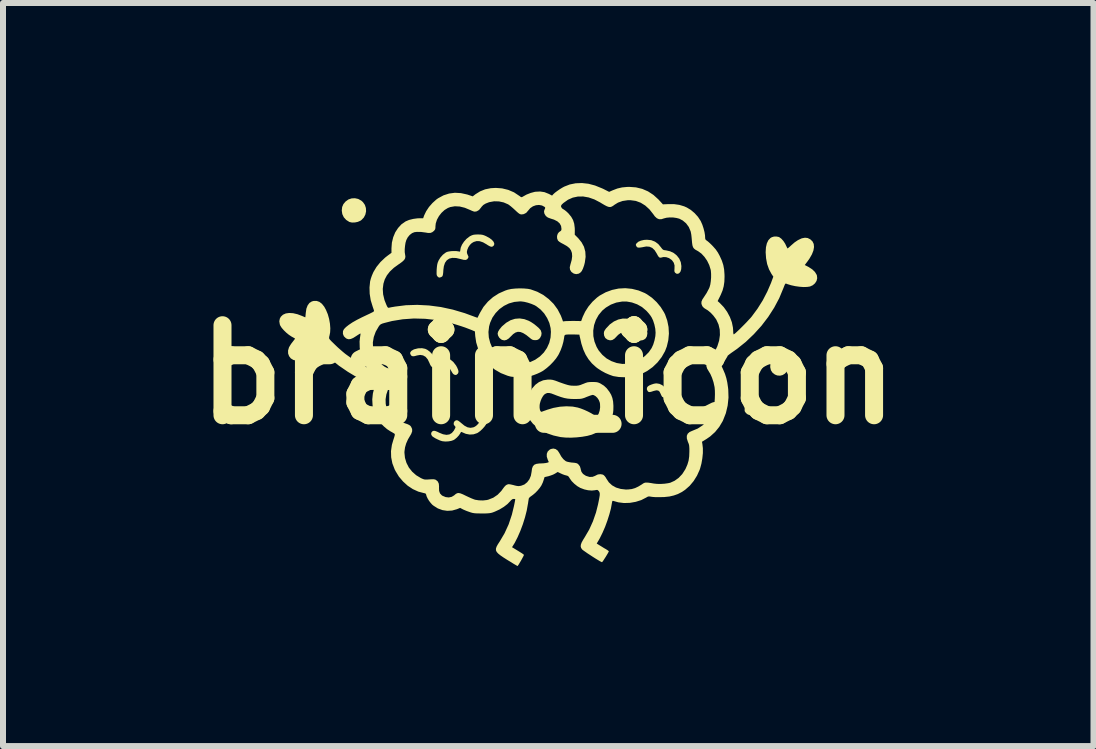
<source format=kicad_pcb>
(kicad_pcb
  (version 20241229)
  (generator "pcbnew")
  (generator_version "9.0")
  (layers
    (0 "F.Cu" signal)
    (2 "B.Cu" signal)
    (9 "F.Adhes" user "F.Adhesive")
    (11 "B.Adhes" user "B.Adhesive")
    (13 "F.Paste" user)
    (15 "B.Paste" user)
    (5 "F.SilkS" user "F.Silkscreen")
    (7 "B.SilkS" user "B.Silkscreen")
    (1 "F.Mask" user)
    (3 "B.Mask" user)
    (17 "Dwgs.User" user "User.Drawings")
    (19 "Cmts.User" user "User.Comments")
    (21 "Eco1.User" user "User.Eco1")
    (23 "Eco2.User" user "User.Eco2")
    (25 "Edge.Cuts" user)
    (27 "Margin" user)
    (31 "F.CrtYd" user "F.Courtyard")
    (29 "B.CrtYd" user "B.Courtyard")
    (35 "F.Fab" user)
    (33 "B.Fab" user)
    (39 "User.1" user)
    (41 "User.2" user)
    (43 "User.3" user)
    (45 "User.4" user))
  (footprint "brain_icon"
    (layer "F.Cu")
    (at 6.086 3.191)
    (property "Reference" "brain_icon" (at 0 0 0) (layer "F.SilkS") (effects (font (size 1.5 1.5) (thickness 0.3))))
    (attr board_only exclude_from_pos_files exclude_from_bom)
    (fp_poly (pts (xy 3.875 -0.29) (xy 3.92 -0.273) (xy 3.951 -0.249) (xy 3.983 -0.209) (xy 3.999 -0.166) (xy 4.001 -0.122) (xy 3.99 -0.081) (xy 3.97 -0.043) (xy 3.94 -0.013) (xy 3.903 0.009) (xy 3.861 0.019) (xy 3.814 0.015) (xy 3.776 -0.000246) (xy 3.736 -0.031) (xy 3.71 -0.071) (xy 3.698 -0.123) (xy 3.698 -0.128) (xy 3.702 -0.179) (xy 3.72 -0.223) (xy 3.75 -0.257) (xy 3.787 -0.281) (xy 3.83 -0.292)) (stroke (width 0) (type solid)) (fill yes) (layer "F.SilkS"))
    (fp_poly (pts (xy 3.396 0.492) (xy 3.415 0.507) (xy 3.426 0.517) (xy 3.446 0.539) (xy 3.455 0.556) (xy 3.456 0.576) (xy 3.454 0.588) (xy 3.447 0.617) (xy 3.435 0.64) (xy 3.432 0.643) (xy 3.404 0.661) (xy 3.368 0.671) (xy 3.341 0.671) (xy 3.316 0.66) (xy 3.292 0.639) (xy 3.275 0.614) (xy 3.272 0.603) (xy 3.272 0.569) (xy 3.283 0.535) (xy 3.3 0.51) (xy 3.321 0.498) (xy 3.349 0.49) (xy 3.355 0.489) (xy 3.379 0.487)) (stroke (width 0) (type solid)) (fill yes) (layer "F.SilkS"))
    (fp_poly (pts (xy -3.167 -2.926) (xy -3.116 -2.898) (xy -3.088 -2.873) (xy -3.056 -2.827) (xy -3.039 -2.775) (xy -3.036 -2.72) (xy -3.048 -2.666) (xy -3.073 -2.617) (xy -3.112 -2.576) (xy -3.13 -2.563) (xy -3.174 -2.544) (xy -3.223 -2.534) (xy -3.272 -2.533) (xy -3.313 -2.542) (xy -3.315 -2.543) (xy -3.367 -2.576) (xy -3.407 -2.62) (xy -3.432 -2.673) (xy -3.441 -2.731) (xy -3.441 -2.733) (xy -3.435 -2.791) (xy -3.414 -2.84) (xy -3.378 -2.883) (xy -3.331 -2.917) (xy -3.278 -2.935) (xy -3.222 -2.938)) (stroke (width 0) (type solid)) (fill yes) (layer "F.SilkS"))
    (fp_poly (pts (xy -0.399 -0.923) (xy -0.329 -0.897) (xy -0.286 -0.874) (xy -0.241 -0.844) (xy -0.198 -0.81) (xy -0.16 -0.777) (xy -0.133 -0.747) (xy -0.123 -0.731) (xy -0.112 -0.691) (xy -0.117 -0.65) (xy -0.137 -0.611) (xy -0.146 -0.601) (xy -0.168 -0.583) (xy -0.19 -0.575) (xy -0.219 -0.573) (xy -0.246 -0.575) (xy -0.268 -0.582) (xy -0.292 -0.598) (xy -0.306 -0.61) (xy -0.366 -0.658) (xy -0.419 -0.691) (xy -0.465 -0.709) (xy -0.507 -0.712) (xy -0.546 -0.7) (xy -0.585 -0.674) (xy -0.618 -0.641) (xy -0.66 -0.6) (xy -0.697 -0.577) (xy -0.733 -0.569) (xy -0.768 -0.577) (xy -0.786 -0.586) (xy -0.816 -0.613) (xy -0.836 -0.647) (xy -0.844 -0.681) (xy -0.836 -0.714) (xy -0.812 -0.754) (xy -0.775 -0.799) (xy -0.77 -0.804) (xy -0.701 -0.863) (xy -0.629 -0.905) (xy -0.554 -0.929) (xy -0.477 -0.935)) (stroke (width 0) (type solid)) (fill yes) (layer "F.SilkS"))
    (fp_poly (pts (xy 1.32 -0.931) (xy 1.398 -0.913) (xy 1.475 -0.878) (xy 1.549 -0.827) (xy 1.603 -0.776) (xy 1.628 -0.748) (xy 1.642 -0.728) (xy 1.649 -0.71) (xy 1.651 -0.688) (xy 1.651 -0.683) (xy 1.643 -0.637) (xy 1.622 -0.602) (xy 1.595 -0.582) (xy 1.563 -0.57) (xy 1.534 -0.569) (xy 1.502 -0.58) (xy 1.466 -0.605) (xy 1.435 -0.631) (xy 1.397 -0.661) (xy 1.355 -0.687) (xy 1.315 -0.706) (xy 1.282 -0.715) (xy 1.275 -0.715) (xy 1.241 -0.708) (xy 1.203 -0.689) (xy 1.165 -0.662) (xy 1.14 -0.636) (xy 1.102 -0.597) (xy 1.066 -0.575) (xy 1.029 -0.57) (xy 0.99 -0.581) (xy 0.983 -0.584) (xy 0.95 -0.609) (xy 0.931 -0.647) (xy 0.926 -0.686) (xy 0.929 -0.713) (xy 0.941 -0.738) (xy 0.962 -0.768) (xy 1.025 -0.835) (xy 1.093 -0.884) (xy 1.166 -0.917) (xy 1.242 -0.933)) (stroke (width 0) (type solid)) (fill yes) (layer "F.SilkS"))
    (fp_poly (pts (xy 1.715 -2.239) (xy 1.777 -2.215) (xy 1.832 -2.175) (xy 1.875 -2.123) (xy 1.895 -2.097) (xy 1.91 -2.082) (xy 1.927 -2.074) (xy 1.953 -2.07) (xy 1.958 -2.07) (xy 2.029 -2.054) (xy 2.091 -2.025) (xy 2.142 -1.983) (xy 2.182 -1.932) (xy 2.208 -1.872) (xy 2.218 -1.807) (xy 2.215 -1.756) (xy 2.204 -1.718) (xy 2.185 -1.692) (xy 2.162 -1.679) (xy 2.137 -1.68) (xy 2.114 -1.696) (xy 2.104 -1.711) (xy 2.101 -1.732) (xy 2.103 -1.763) (xy 2.104 -1.818) (xy 2.091 -1.863) (xy 2.064 -1.901) (xy 2.056 -1.909) (xy 2.012 -1.94) (xy 1.964 -1.956) (xy 1.917 -1.958) (xy 1.898 -1.953) (xy 1.874 -1.947) (xy 1.855 -1.949) (xy 1.839 -1.962) (xy 1.822 -1.988) (xy 1.806 -2.018) (xy 1.772 -2.072) (xy 1.732 -2.11) (xy 1.686 -2.13) (xy 1.634 -2.134) (xy 1.6 -2.128) (xy 1.565 -2.121) (xy 1.53 -2.116) (xy 1.518 -2.115) (xy 1.492 -2.116) (xy 1.477 -2.125) (xy 1.468 -2.138) (xy 1.459 -2.157) (xy 1.461 -2.171) (xy 1.473 -2.189) (xy 1.501 -2.213) (xy 1.543 -2.231) (xy 1.595 -2.243) (xy 1.644 -2.246)) (stroke (width 0) (type solid)) (fill yes) (layer "F.SilkS"))
    (fp_poly (pts (xy -2.052 -0.429) (xy -2.016 -0.412) (xy -1.977 -0.383) (xy -1.941 -0.347) (xy -1.913 -0.309) (xy -1.907 -0.3) (xy -1.886 -0.26) (xy -1.853 -0.272) (xy -1.826 -0.278) (xy -1.79 -0.283) (xy -1.76 -0.284) (xy -1.694 -0.276) (xy -1.634 -0.251) (xy -1.582 -0.209) (xy -1.537 -0.151) (xy -1.518 -0.116) (xy -1.501 -0.075) (xy -1.496 -0.045) (xy -1.503 -0.021) (xy -1.513 -0.009) (xy -1.533 0.006) (xy -1.553 0.007) (xy -1.574 -0.002) (xy -1.589 -0.015) (xy -1.605 -0.039) (xy -1.614 -0.055) (xy -1.634 -0.089) (xy -1.66 -0.123) (xy -1.671 -0.135) (xy -1.692 -0.154) (xy -1.71 -0.165) (xy -1.731 -0.169) (xy -1.764 -0.17) (xy -1.764 -0.17) (xy -1.801 -0.168) (xy -1.828 -0.161) (xy -1.854 -0.148) (xy -1.86 -0.144) (xy -1.895 -0.125) (xy -1.923 -0.12) (xy -1.946 -0.131) (xy -1.965 -0.158) (xy -1.981 -0.195) (xy -2.009 -0.253) (xy -2.044 -0.295) (xy -2.086 -0.319) (xy -2.134 -0.327) (xy -2.187 -0.318) (xy -2.227 -0.307) (xy -2.254 -0.304) (xy -2.273 -0.309) (xy -2.286 -0.319) (xy -2.301 -0.346) (xy -2.299 -0.372) (xy -2.279 -0.396) (xy -2.243 -0.417) (xy -2.233 -0.421) (xy -2.169 -0.437) (xy -2.103 -0.439)) (stroke (width 0) (type solid)) (fill yes) (layer "F.SilkS"))
    (fp_poly (pts (xy 1.852 0.155) (xy 1.899 0.177) (xy 1.937 0.21) (xy 1.94 0.214) (xy 1.958 0.234) (xy 1.973 0.243) (xy 1.994 0.243) (xy 2.004 0.242) (xy 2.044 0.243) (xy 2.088 0.256) (xy 2.13 0.278) (xy 2.153 0.296) (xy 2.192 0.344) (xy 2.217 0.4) (xy 2.227 0.461) (xy 2.223 0.523) (xy 2.204 0.581) (xy 2.171 0.634) (xy 2.165 0.641) (xy 2.133 0.669) (xy 2.104 0.678) (xy 2.079 0.67) (xy 2.069 0.662) (xy 2.056 0.634) (xy 2.058 0.603) (xy 2.076 0.572) (xy 2.102 0.535) (xy 2.115 0.503) (xy 2.118 0.48) (xy 2.113 0.45) (xy 2.101 0.418) (xy 2.085 0.388) (xy 2.067 0.369) (xy 2.065 0.368) (xy 2.033 0.359) (xy 2 0.361) (xy 1.976 0.371) (xy 1.949 0.383) (xy 1.921 0.383) (xy 1.899 0.372) (xy 1.897 0.37) (xy 1.886 0.352) (xy 1.874 0.326) (xy 1.87 0.317) (xy 1.854 0.285) (xy 1.832 0.267) (xy 1.802 0.263) (xy 1.762 0.272) (xy 1.752 0.275) (xy 1.715 0.287) (xy 1.691 0.292) (xy 1.675 0.291) (xy 1.663 0.283) (xy 1.657 0.277) (xy 1.643 0.25) (xy 1.644 0.221) (xy 1.659 0.198) (xy 1.684 0.181) (xy 1.721 0.166) (xy 1.761 0.153) (xy 1.797 0.147) (xy 1.804 0.147)) (stroke (width 0) (type solid)) (fill yes) (layer "F.SilkS"))
    (fp_poly (pts (xy -1.038 0.722) (xy -1.017 0.74) (xy -1.009 0.764) (xy -1.009 0.764) (xy -1.016 0.793) (xy -1.035 0.829) (xy -1.063 0.868) (xy -1.097 0.906) (xy -1.134 0.941) (xy -1.171 0.968) (xy -1.185 0.976) (xy -1.245 0.996) (xy -1.309 1) (xy -1.373 0.988) (xy -1.402 0.976) (xy -1.429 0.964) (xy -1.447 0.957) (xy -1.453 0.956) (xy -1.459 0.965) (xy -1.467 0.98) (xy -1.49 1.014) (xy -1.523 1.05) (xy -1.559 1.08) (xy -1.581 1.093) (xy -1.619 1.106) (xy -1.667 1.114) (xy -1.718 1.116) (xy -1.764 1.111) (xy -1.772 1.109) (xy -1.804 1.099) (xy -1.842 1.082) (xy -1.881 1.063) (xy -1.913 1.043) (xy -1.935 1.027) (xy -1.935 1.027) (xy -1.95 1.001) (xy -1.951 0.973) (xy -1.936 0.95) (xy -1.92 0.94) (xy -1.902 0.937) (xy -1.878 0.942) (xy -1.843 0.956) (xy -1.818 0.969) (xy -1.754 0.995) (xy -1.697 1.005) (xy -1.648 0.998) (xy -1.607 0.974) (xy -1.573 0.934) (xy -1.564 0.917) (xy -1.551 0.892) (xy -1.546 0.877) (xy -1.549 0.867) (xy -1.559 0.857) (xy -1.575 0.833) (xy -1.576 0.806) (xy -1.564 0.781) (xy -1.543 0.765) (xy -1.522 0.761) (xy -1.503 0.768) (xy -1.476 0.787) (xy -1.452 0.807) (xy -1.397 0.852) (xy -1.346 0.879) (xy -1.297 0.888) (xy -1.249 0.88) (xy -1.23 0.872) (xy -1.206 0.857) (xy -1.184 0.838) (xy -1.16 0.811) (xy -1.131 0.772) (xy -1.121 0.758) (xy -1.101 0.732) (xy -1.084 0.719) (xy -1.066 0.715) (xy -1.065 0.715)) (stroke (width 0) (type solid)) (fill yes) (layer "F.SilkS"))
    (fp_poly (pts (xy -1.132 -2.333) (xy -1.1 -2.329) (xy -1.072 -2.321) (xy -1.039 -2.307) (xy -1.035 -2.305) (xy -0.98 -2.275) (xy -0.939 -2.244) (xy -0.912 -2.213) (xy -0.9 -2.184) (xy -0.903 -2.158) (xy -0.915 -2.143) (xy -0.932 -2.131) (xy -0.951 -2.129) (xy -0.974 -2.137) (xy -1.007 -2.155) (xy -1.026 -2.168) (xy -1.087 -2.203) (xy -1.143 -2.222) (xy -1.193 -2.224) (xy -1.241 -2.21) (xy -1.275 -2.19) (xy -1.305 -2.161) (xy -1.331 -2.123) (xy -1.349 -2.081) (xy -1.357 -2.043) (xy -1.357 -2.042) (xy -1.352 -2.015) (xy -1.341 -1.989) (xy -1.331 -1.968) (xy -1.331 -1.953) (xy -1.339 -1.937) (xy -1.354 -1.919) (xy -1.376 -1.91) (xy -1.408 -1.911) (xy -1.452 -1.922) (xy -1.463 -1.925) (xy -1.536 -1.942) (xy -1.599 -1.944) (xy -1.65 -1.932) (xy -1.691 -1.904) (xy -1.721 -1.862) (xy -1.74 -1.805) (xy -1.748 -1.745) (xy -1.751 -1.699) (xy -1.755 -1.668) (xy -1.76 -1.648) (xy -1.767 -1.635) (xy -1.778 -1.628) (xy -1.784 -1.625) (xy -1.808 -1.616) (xy -1.824 -1.617) (xy -1.841 -1.63) (xy -1.844 -1.633) (xy -1.853 -1.644) (xy -1.858 -1.656) (xy -1.861 -1.674) (xy -1.861 -1.703) (xy -1.86 -1.745) (xy -1.86 -1.746) (xy -1.856 -1.794) (xy -1.851 -1.831) (xy -1.843 -1.863) (xy -1.83 -1.895) (xy -1.83 -1.896) (xy -1.798 -1.949) (xy -1.757 -1.996) (xy -1.71 -2.032) (xy -1.689 -2.043) (xy -1.66 -2.05) (xy -1.619 -2.056) (xy -1.574 -2.058) (xy -1.531 -2.057) (xy -1.496 -2.052) (xy -1.492 -2.051) (xy -1.474 -2.048) (xy -1.468 -2.055) (xy -1.467 -2.067) (xy -1.459 -2.114) (xy -1.438 -2.164) (xy -1.405 -2.214) (xy -1.364 -2.26) (xy -1.317 -2.297) (xy -1.301 -2.307) (xy -1.274 -2.32) (xy -1.25 -2.328) (xy -1.223 -2.332) (xy -1.185 -2.334) (xy -1.174 -2.334)) (stroke (width 0) (type solid)) (fill yes) (layer "F.SilkS"))
    (fp_poly (pts (xy 0.073 0.089) (xy 0.111 0.1) (xy 0.115 0.101) (xy 0.186 0.128) (xy 0.243 0.148) (xy 0.288 0.163) (xy 0.325 0.174) (xy 0.356 0.181) (xy 0.385 0.185) (xy 0.413 0.186) (xy 0.431 0.187) (xy 0.473 0.186) (xy 0.505 0.182) (xy 0.536 0.174) (xy 0.573 0.159) (xy 0.582 0.156) (xy 0.621 0.14) (xy 0.652 0.13) (xy 0.682 0.126) (xy 0.72 0.124) (xy 0.738 0.124) (xy 0.781 0.125) (xy 0.812 0.128) (xy 0.837 0.135) (xy 0.863 0.146) (xy 0.868 0.149) (xy 0.925 0.184) (xy 0.972 0.227) (xy 1.015 0.283) (xy 1.017 0.285) (xy 1.048 0.338) (xy 1.068 0.391) (xy 1.08 0.449) (xy 1.085 0.518) (xy 1.085 0.541) (xy 1.084 0.593) (xy 1.08 0.634) (xy 1.073 0.667) (xy 1.065 0.692) (xy 1.025 0.775) (xy 0.97 0.848) (xy 0.901 0.911) (xy 0.817 0.963) (xy 0.724 1.002) (xy 0.65 1.022) (xy 0.564 1.037) (xy 0.471 1.047) (xy 0.377 1.052) (xy 0.286 1.05) (xy 0.205 1.042) (xy 0.2 1.041) (xy 0.088 1.016) (xy -0.015 0.981) (xy -0.108 0.935) (xy -0.189 0.88) (xy -0.257 0.818) (xy -0.283 0.785) (xy 0.087 0.785) (xy 0.147 0.801) (xy 0.19 0.811) (xy 0.238 0.821) (xy 0.266 0.825) (xy 0.305 0.828) (xy 0.355 0.829) (xy 0.41 0.828) (xy 0.464 0.825) (xy 0.51 0.821) (xy 0.534 0.817) (xy 0.564 0.81) (xy 0.513 0.791) (xy 0.432 0.767) (xy 0.351 0.755) (xy 0.262 0.754) (xy 0.258 0.755) (xy 0.214 0.758) (xy 0.172 0.764) (xy 0.138 0.77) (xy 0.128 0.773) (xy 0.087 0.785) (xy -0.283 0.785) (xy -0.311 0.749) (xy -0.333 0.707) (xy -0.349 0.671) (xy -0.358 0.637) (xy -0.363 0.598) (xy -0.365 0.565) (xy -0.365 0.546) (xy -0.145 0.546) (xy -0.141 0.58) (xy -0.132 0.606) (xy -0.12 0.62) (xy -0.111 0.62) (xy -0.096 0.615) (xy -0.069 0.605) (xy -0.034 0.593) (xy -0.022 0.588) (xy 0.085 0.556) (xy 0.194 0.536) (xy 0.303 0.529) (xy 0.407 0.534) (xy 0.491 0.55) (xy 0.542 0.566) (xy 0.601 0.589) (xy 0.66 0.616) (xy 0.714 0.644) (xy 0.757 0.671) (xy 0.766 0.677) (xy 0.788 0.692) (xy 0.804 0.7) (xy 0.809 0.7) (xy 0.817 0.69) (xy 0.83 0.669) (xy 0.84 0.65) (xy 0.856 0.602) (xy 0.864 0.546) (xy 0.862 0.488) (xy 0.857 0.463) (xy 0.842 0.425) (xy 0.818 0.389) (xy 0.789 0.361) (xy 0.758 0.343) (xy 0.738 0.339) (xy 0.724 0.343) (xy 0.697 0.351) (xy 0.663 0.364) (xy 0.639 0.373) (xy 0.603 0.388) (xy 0.575 0.397) (xy 0.549 0.403) (xy 0.52 0.406) (xy 0.483 0.407) (xy 0.44 0.408) (xy 0.377 0.406) (xy 0.321 0.401) (xy 0.267 0.391) (xy 0.209 0.374) (xy 0.144 0.351) (xy 0.098 0.333) (xy 0.05 0.315) (xy 0.014 0.307) (xy -0.015 0.307) (xy -0.041 0.317) (xy -0.064 0.331) (xy -0.086 0.356) (xy -0.108 0.393) (xy -0.127 0.437) (xy -0.14 0.483) (xy -0.144 0.508) (xy -0.145 0.546) (xy -0.365 0.546) (xy -0.365 0.497) (xy -0.358 0.436) (xy -0.341 0.376) (xy -0.313 0.309) (xy -0.311 0.305) (xy -0.268 0.23) (xy -0.215 0.17) (xy -0.154 0.125) (xy -0.085 0.096) (xy -0.009 0.084) (xy 0.036 0.084)) (stroke (width 0) (type solid)) (fill yes) (layer "F.SilkS"))
    (fp_poly (pts (xy 0.669 -3.179) (xy 0.779 -3.15) (xy 0.89 -3.105) (xy 0.913 -3.095) (xy 1.014 -3.044) (xy 1.073 -3.07) (xy 1.151 -3.1) (xy 1.229 -3.118) (xy 1.313 -3.126) (xy 1.349 -3.127) (xy 1.461 -3.119) (xy 1.565 -3.094) (xy 1.662 -3.052) (xy 1.752 -2.993) (xy 1.836 -2.917) (xy 1.856 -2.895) (xy 1.91 -2.836) (xy 2.007 -2.84) (xy 2.1 -2.839) (xy 2.184 -2.827) (xy 2.264 -2.803) (xy 2.309 -2.783) (xy 2.375 -2.743) (xy 2.438 -2.69) (xy 2.494 -2.628) (xy 2.538 -2.561) (xy 2.543 -2.551) (xy 2.567 -2.497) (xy 2.587 -2.436) (xy 2.603 -2.374) (xy 2.612 -2.318) (xy 2.613 -2.291) (xy 2.615 -2.263) (xy 2.622 -2.247) (xy 2.638 -2.233) (xy 2.645 -2.229) (xy 2.664 -2.214) (xy 2.692 -2.189) (xy 2.723 -2.159) (xy 2.746 -2.135) (xy 2.791 -2.084) (xy 2.826 -2.033) (xy 2.856 -1.978) (xy 2.892 -1.899) (xy 2.916 -1.826) (xy 2.93 -1.752) (xy 2.936 -1.671) (xy 2.937 -1.632) (xy 2.934 -1.546) (xy 2.923 -1.471) (xy 2.904 -1.401) (xy 2.874 -1.329) (xy 2.86 -1.3) (xy 2.822 -1.224) (xy 2.858 -1.192) (xy 2.924 -1.123) (xy 2.98 -1.045) (xy 3.026 -0.959) (xy 3.059 -0.871) (xy 3.077 -0.783) (xy 3.081 -0.728) (xy 3.082 -0.696) (xy 3.086 -0.675) (xy 3.09 -0.669) (xy 3.101 -0.676) (xy 3.122 -0.693) (xy 3.151 -0.72) (xy 3.186 -0.753) (xy 3.224 -0.791) (xy 3.264 -0.831) (xy 3.303 -0.871) (xy 3.338 -0.909) (xy 3.369 -0.942) (xy 3.39 -0.967) (xy 3.486 -1.097) (xy 3.574 -1.237) (xy 3.65 -1.384) (xy 3.713 -1.53) (xy 3.717 -1.542) (xy 3.75 -1.631) (xy 3.719 -1.677) (xy 3.678 -1.753) (xy 3.647 -1.841) (xy 3.629 -1.937) (xy 3.622 -2.039) (xy 3.622 -2.039) (xy 3.627 -2.12) (xy 3.642 -2.186) (xy 3.667 -2.238) (xy 3.702 -2.275) (xy 3.724 -2.288) (xy 3.76 -2.299) (xy 3.803 -2.3) (xy 3.842 -2.292) (xy 3.85 -2.288) (xy 3.884 -2.263) (xy 3.918 -2.225) (xy 3.948 -2.179) (xy 3.959 -2.155) (xy 3.972 -2.128) (xy 3.982 -2.108) (xy 3.986 -2.101) (xy 3.993 -2.105) (xy 4.01 -2.119) (xy 4.034 -2.14) (xy 4.041 -2.147) (xy 4.103 -2.201) (xy 4.159 -2.239) (xy 4.213 -2.265) (xy 4.225 -2.27) (xy 4.277 -2.28) (xy 4.322 -2.275) (xy 4.366 -2.253) (xy 4.402 -2.219) (xy 4.423 -2.176) (xy 4.428 -2.125) (xy 4.418 -2.067) (xy 4.393 -2.003) (xy 4.353 -1.933) (xy 4.32 -1.886) (xy 4.274 -1.825) (xy 4.338 -1.792) (xy 4.398 -1.753) (xy 4.443 -1.71) (xy 4.471 -1.664) (xy 4.476 -1.651) (xy 4.481 -1.605) (xy 4.47 -1.56) (xy 4.444 -1.52) (xy 4.407 -1.488) (xy 4.361 -1.467) (xy 4.313 -1.46) (xy 4.253 -1.458) (xy 4.186 -1.463) (xy 4.115 -1.473) (xy 4.046 -1.488) (xy 3.984 -1.507) (xy 3.961 -1.516) (xy 3.953 -1.515) (xy 3.944 -1.504) (xy 3.933 -1.479) (xy 3.918 -1.44) (xy 3.915 -1.433) (xy 3.848 -1.272) (xy 3.764 -1.114) (xy 3.665 -0.96) (xy 3.552 -0.812) (xy 3.426 -0.673) (xy 3.291 -0.544) (xy 3.146 -0.428) (xy 3.083 -0.384) (xy 3.047 -0.359) (xy 3.018 -0.337) (xy 2.998 -0.321) (xy 2.989 -0.313) (xy 2.989 -0.313) (xy 2.985 -0.302) (xy 2.972 -0.28) (xy 2.954 -0.25) (xy 2.938 -0.224) (xy 2.887 -0.143) (xy 2.914 -0.083) (xy 2.945 -0.01) (xy 2.967 0.06) (xy 2.983 0.133) (xy 2.995 0.216) (xy 2.999 0.251) (xy 3.003 0.385) (xy 2.989 0.517) (xy 2.959 0.644) (xy 2.911 0.766) (xy 2.905 0.778) (xy 2.849 0.872) (xy 2.779 0.958) (xy 2.697 1.032) (xy 2.636 1.074) (xy 2.561 1.12) (xy 2.568 1.158) (xy 2.576 1.228) (xy 2.576 1.309) (xy 2.567 1.396) (xy 2.552 1.483) (xy 2.53 1.565) (xy 2.522 1.588) (xy 2.478 1.685) (xy 2.422 1.775) (xy 2.356 1.854) (xy 2.281 1.92) (xy 2.228 1.956) (xy 2.16 1.991) (xy 2.092 2.015) (xy 2.019 2.032) (xy 1.935 2.041) (xy 1.898 2.042) (xy 1.843 2.043) (xy 1.791 2.043) (xy 1.747 2.04) (xy 1.721 2.037) (xy 1.69 2.032) (xy 1.669 2.032) (xy 1.651 2.038) (xy 1.633 2.049) (xy 1.549 2.092) (xy 1.457 2.121) (xy 1.36 2.138) (xy 1.261 2.141) (xy 1.166 2.129) (xy 1.081 2.105) (xy 1.071 2.105) (xy 1.065 2.116) (xy 1.06 2.142) (xy 1.044 2.231) (xy 1.018 2.329) (xy 0.985 2.433) (xy 0.947 2.537) (xy 0.904 2.636) (xy 0.859 2.727) (xy 0.841 2.759) (xy 0.807 2.816) (xy 0.855 2.846) (xy 0.891 2.868) (xy 0.931 2.893) (xy 0.956 2.907) (xy 0.983 2.924) (xy 1.002 2.938) (xy 1.009 2.945) (xy 1.004 2.957) (xy 0.992 2.979) (xy 0.975 3.008) (xy 0.955 3.041) (xy 0.934 3.073) (xy 0.916 3.101) (xy 0.902 3.12) (xy 0.895 3.127) (xy 0.883 3.122) (xy 0.858 3.109) (xy 0.825 3.089) (xy 0.784 3.064) (xy 0.74 3.036) (xy 0.696 3.007) (xy 0.653 2.979) (xy 0.616 2.953) (xy 0.586 2.932) (xy 0.567 2.917) (xy 0.563 2.913) (xy 0.547 2.889) (xy 0.54 2.863) (xy 0.543 2.834) (xy 0.556 2.798) (xy 0.581 2.753) (xy 0.606 2.713) (xy 0.682 2.583) (xy 0.744 2.446) (xy 0.795 2.299) (xy 0.829 2.164) (xy 0.842 2.1) (xy 0.851 2.051) (xy 0.857 2.014) (xy 0.858 1.987) (xy 0.855 1.968) (xy 0.849 1.953) (xy 0.841 1.942) (xy 0.828 1.928) (xy 0.815 1.922) (xy 0.796 1.924) (xy 0.776 1.928) (xy 0.724 1.933) (xy 0.663 1.928) (xy 0.6 1.914) (xy 0.539 1.891) (xy 0.537 1.891) (xy 0.484 1.86) (xy 0.434 1.82) (xy 0.39 1.776) (xy 0.358 1.731) (xy 0.357 1.729) (xy 0.341 1.703) (xy 0.324 1.689) (xy 0.302 1.682) (xy 0.302 1.682) (xy 0.275 1.675) (xy 0.241 1.663) (xy 0.212 1.65) (xy 0.156 1.624) (xy 0.112 1.651) (xy 0.079 1.668) (xy 0.038 1.683) (xy 0.003 1.694) (xy -0.062 1.709) (xy -0.078 1.76) (xy -0.091 1.798) (xy -0.109 1.836) (xy -0.117 1.852) (xy -0.143 1.89) (xy -0.178 1.932) (xy -0.217 1.972) (xy -0.256 2.005) (xy -0.282 2.024) (xy -0.307 2.042) (xy -0.322 2.06) (xy -0.325 2.066) (xy -0.328 2.085) (xy -0.333 2.115) (xy -0.338 2.152) (xy -0.34 2.159) (xy -0.359 2.266) (xy -0.388 2.38) (xy -0.424 2.495) (xy -0.466 2.607) (xy -0.512 2.712) (xy -0.56 2.806) (xy -0.583 2.843) (xy -0.604 2.877) (xy -0.507 2.936) (xy -0.47 2.959) (xy -0.438 2.979) (xy -0.416 2.995) (xy -0.406 3.004) (xy -0.406 3.004) (xy -0.409 3.015) (xy -0.42 3.037) (xy -0.436 3.067) (xy -0.454 3.1) (xy -0.474 3.133) (xy -0.491 3.162) (xy -0.505 3.182) (xy -0.513 3.191) (xy -0.514 3.191) (xy -0.522 3.186) (xy -0.544 3.173) (xy -0.577 3.154) (xy -0.618 3.128) (xy -0.666 3.099) (xy -0.681 3.09) (xy -0.747 3.048) (xy -0.799 3.012) (xy -0.836 2.982) (xy -0.86 2.955) (xy -0.872 2.928) (xy -0.872 2.899) (xy -0.861 2.867) (xy -0.841 2.83) (xy -0.811 2.784) (xy -0.81 2.783) (xy -0.728 2.644) (xy -0.66 2.495) (xy -0.607 2.336) (xy -0.573 2.196) (xy -0.564 2.153) (xy -0.557 2.117) (xy -0.552 2.09) (xy -0.55 2.078) (xy -0.55 2.078) (xy -0.558 2.074) (xy -0.577 2.072) (xy -0.598 2.077) (xy -0.619 2.093) (xy -0.633 2.109) (xy -0.68 2.158) (xy -0.741 2.205) (xy -0.812 2.248) (xy -0.89 2.284) (xy -0.926 2.298) (xy -0.951 2.305) (xy -0.979 2.31) (xy -1.013 2.313) (xy -1.058 2.315) (xy -1.11 2.315) (xy -1.164 2.314) (xy -1.205 2.313) (xy -1.237 2.31) (xy -1.265 2.305) (xy -1.293 2.297) (xy -1.316 2.289) (xy -1.356 2.275) (xy -1.395 2.259) (xy -1.426 2.245) (xy -1.429 2.243) (xy -1.469 2.222) (xy -1.523 2.244) (xy -1.602 2.266) (xy -1.683 2.271) (xy -1.763 2.259) (xy -1.84 2.231) (xy -1.91 2.187) (xy -1.934 2.168) (xy -1.96 2.139) (xy -1.987 2.104) (xy -2.01 2.066) (xy -2.027 2.03) (xy -2.035 2.002) (xy -2.036 1.998) (xy -2.042 1.985) (xy -2.062 1.977) (xy -2.07 1.976) (xy -2.165 1.951) (xy -2.257 1.909) (xy -2.342 1.853) (xy -2.42 1.782) (xy -2.489 1.701) (xy -2.545 1.609) (xy -2.559 1.582) (xy -2.598 1.48) (xy -2.618 1.379) (xy -2.621 1.276) (xy -2.606 1.172) (xy -2.582 1.09) (xy -2.568 1.047) (xy -2.56 1.019) (xy -2.557 1.001) (xy -2.559 0.99) (xy -2.563 0.986) (xy -2.577 0.977) (xy -2.602 0.962) (xy -2.633 0.945) (xy -2.634 0.944) (xy -2.686 0.91) (xy -2.74 0.864) (xy -2.792 0.811) (xy -2.836 0.756) (xy -2.87 0.705) (xy -2.872 0.699) (xy -2.908 0.609) (xy -2.928 0.513) (xy -2.933 0.414) (xy -2.923 0.317) (xy -2.908 0.257) (xy -2.899 0.227) (xy -2.893 0.206) (xy -2.891 0.198) (xy -2.891 0.198) (xy -2.9 0.194) (xy -2.922 0.183) (xy -2.954 0.167) (xy -2.994 0.148) (xy -3.012 0.139) (xy -3.183 0.049) (xy -3.342 -0.047) (xy -3.489 -0.148) (xy -3.62 -0.253) (xy -3.723 -0.35) (xy -3.802 -0.429) (xy -3.856 -0.384) (xy -3.928 -0.33) (xy -3.999 -0.287) (xy -4.069 -0.255) (xy -4.134 -0.236) (xy -4.191 -0.231) (xy -4.198 -0.231) (xy -4.249 -0.244) (xy -4.29 -0.269) (xy -4.319 -0.306) (xy -4.335 -0.35) (xy -4.336 -0.4) (xy -4.321 -0.452) (xy -4.32 -0.454) (xy -4.305 -0.48) (xy -4.284 -0.513) (xy -4.26 -0.544) (xy -4.24 -0.57) (xy -4.225 -0.59) (xy -4.22 -0.599) (xy -4.22 -0.6) (xy -4.229 -0.605) (xy -4.249 -0.617) (xy -4.277 -0.632) (xy -4.278 -0.633) (xy -4.322 -0.662) (xy -4.366 -0.698) (xy -4.407 -0.738) (xy -4.442 -0.778) (xy -4.466 -0.816) (xy -4.474 -0.837) (xy -4.482 -0.888) (xy -4.473 -0.933) (xy -4.456 -0.964) (xy -4.421 -0.997) (xy -4.374 -1.018) (xy -4.317 -1.026) (xy -4.252 -1.022) (xy -4.179 -1.005) (xy -4.105 -0.977) (xy -4.077 -0.965) (xy -4.057 -0.956) (xy -4.049 -0.954) (xy -4.047 -0.962) (xy -4.045 -0.984) (xy -4.042 -1.017) (xy -4.041 -1.027) (xy -4.031 -1.097) (xy -4.01 -1.152) (xy -3.98 -1.193) (xy -3.94 -1.218) (xy -3.911 -1.226) (xy -3.86 -1.227) (xy -3.814 -1.211) (xy -3.772 -1.179) (xy -3.733 -1.13) (xy -3.704 -1.077) (xy -3.674 -1.005) (xy -3.652 -0.927) (xy -3.638 -0.848) (xy -3.632 -0.771) (xy -3.635 -0.703) (xy -3.644 -0.656) (xy -3.652 -0.623) (xy -3.651 -0.6) (xy -3.65 -0.597) (xy -3.638 -0.581) (xy -3.615 -0.556) (xy -3.583 -0.525) (xy -3.545 -0.488) (xy -3.505 -0.45) (xy -3.463 -0.413) (xy -3.424 -0.379) (xy -3.39 -0.351) (xy -3.376 -0.34) (xy -3.333 -0.309) (xy -3.282 -0.273) (xy -3.227 -0.237) (xy -3.172 -0.202) (xy -3.122 -0.171) (xy -3.081 -0.147) (xy -3.065 -0.139) (xy -3.027 -0.119) (xy -3.058 -0.172) (xy -3.098 -0.255) (xy -3.126 -0.349) (xy -3.142 -0.447) (xy -3.144 -0.535) (xy -2.923 -0.535) (xy -2.92 -0.445) (xy -2.898 -0.355) (xy -2.874 -0.295) (xy -2.845 -0.247) (xy -2.808 -0.202) (xy -2.767 -0.161) (xy -2.724 -0.129) (xy -2.683 -0.108) (xy -2.648 -0.101) (xy -2.619 -0.093) (xy -2.591 -0.072) (xy -2.568 -0.042) (xy -2.557 -0.018) (xy -2.553 -0.003) (xy -2.552 0.01) (xy -2.554 0.025) (xy -2.561 0.045) (xy -2.575 0.071) (xy -2.595 0.107) (xy -2.623 0.156) (xy -2.626 0.16) (xy -2.669 0.247) (xy -2.698 0.331) (xy -2.711 0.412) (xy -2.709 0.487) (xy -2.701 0.528) (xy -2.672 0.601) (xy -2.63 0.664) (xy -2.574 0.718) (xy -2.502 0.764) (xy -2.415 0.802) (xy -2.389 0.812) (xy -2.348 0.826) (xy -2.32 0.839) (xy -2.302 0.851) (xy -2.288 0.867) (xy -2.286 0.87) (xy -2.269 0.907) (xy -2.268 0.945) (xy -2.283 0.987) (xy -2.292 1.003) (xy -2.337 1.079) (xy -2.368 1.148) (xy -2.387 1.213) (xy -2.396 1.279) (xy -2.397 1.302) (xy -2.388 1.389) (xy -2.363 1.472) (xy -2.323 1.55) (xy -2.268 1.619) (xy -2.201 1.678) (xy -2.123 1.725) (xy -2.115 1.729) (xy -2.087 1.741) (xy -2.065 1.748) (xy -2.041 1.75) (xy -2.009 1.749) (xy -1.98 1.747) (xy -1.937 1.745) (xy -1.907 1.745) (xy -1.885 1.75) (xy -1.873 1.755) (xy -1.842 1.781) (xy -1.824 1.819) (xy -1.82 1.869) (xy -1.821 1.886) (xy -1.819 1.939) (xy -1.804 1.981) (xy -1.774 2.013) (xy -1.763 2.02) (xy -1.71 2.042) (xy -1.658 2.048) (xy -1.61 2.038) (xy -1.568 2.013) (xy -1.564 2.009) (xy -1.54 1.989) (xy -1.517 1.977) (xy -1.492 1.974) (xy -1.461 1.981) (xy -1.421 1.997) (xy -1.372 2.021) (xy -1.327 2.042) (xy -1.283 2.062) (xy -1.245 2.077) (xy -1.22 2.086) (xy -1.156 2.096) (xy -1.088 2.098) (xy -1.024 2.091) (xy -0.999 2.085) (xy -0.916 2.052) (xy -0.844 2.003) (xy -0.783 1.94) (xy -0.755 1.901) (xy -0.733 1.872) (xy -0.71 1.848) (xy -0.695 1.838) (xy -0.679 1.831) (xy -0.662 1.827) (xy -0.64 1.829) (xy -0.61 1.835) (xy -0.568 1.845) (xy -0.56 1.848) (xy -0.523 1.856) (xy -0.494 1.859) (xy -0.466 1.855) (xy -0.453 1.853) (xy -0.398 1.832) (xy -0.352 1.795) (xy -0.315 1.746) (xy -0.29 1.686) (xy -0.278 1.62) (xy -0.271 1.567) (xy -0.257 1.53) (xy -0.235 1.504) (xy -0.2 1.489) (xy -0.152 1.482) (xy -0.12 1.481) (xy -0.081 1.479) (xy -0.046 1.475) (xy -0.021 1.47) (xy -0.016 1.469) (xy 0.009 1.459) (xy -0.009 1.419) (xy -0.025 1.368) (xy -0.025 1.322) (xy -0.01 1.283) (xy 0.021 1.253) (xy 0.043 1.241) (xy 0.084 1.233) (xy 0.123 1.242) (xy 0.157 1.267) (xy 0.184 1.308) (xy 0.189 1.317) (xy 0.217 1.367) (xy 0.251 1.41) (xy 0.288 1.441) (xy 0.297 1.446) (xy 0.32 1.454) (xy 0.354 1.461) (xy 0.393 1.467) (xy 0.402 1.467) (xy 0.441 1.471) (xy 0.467 1.476) (xy 0.485 1.483) (xy 0.5 1.495) (xy 0.505 1.501) (xy 0.527 1.53) (xy 0.539 1.568) (xy 0.54 1.576) (xy 0.553 1.621) (xy 0.579 1.656) (xy 0.619 1.683) (xy 0.631 1.689) (xy 0.686 1.706) (xy 0.736 1.705) (xy 0.781 1.688) (xy 0.787 1.684) (xy 0.826 1.665) (xy 0.869 1.66) (xy 0.908 1.667) (xy 0.922 1.675) (xy 0.94 1.692) (xy 0.959 1.718) (xy 0.967 1.733) (xy 1.009 1.796) (xy 1.063 1.846) (xy 1.129 1.883) (xy 1.206 1.906) (xy 1.291 1.916) (xy 1.331 1.915) (xy 1.391 1.908) (xy 1.446 1.892) (xy 1.501 1.866) (xy 1.56 1.83) (xy 1.581 1.815) (xy 1.599 1.806) (xy 1.617 1.801) (xy 1.639 1.8) (xy 1.669 1.802) (xy 1.711 1.808) (xy 1.756 1.816) (xy 1.811 1.822) (xy 1.874 1.823) (xy 1.937 1.819) (xy 1.995 1.811) (xy 2.032 1.803) (xy 2.105 1.77) (xy 2.172 1.722) (xy 2.232 1.659) (xy 2.282 1.581) (xy 2.291 1.563) (xy 2.319 1.498) (xy 2.338 1.434) (xy 2.348 1.364) (xy 2.351 1.284) (xy 2.351 1.236) (xy 2.349 1.202) (xy 2.346 1.175) (xy 2.339 1.151) (xy 2.328 1.125) (xy 2.326 1.12) (xy 2.309 1.066) (xy 2.308 1.022) (xy 2.323 0.986) (xy 2.354 0.958) (xy 2.396 0.939) (xy 2.49 0.9) (xy 2.571 0.847) (xy 2.639 0.781) (xy 2.695 0.702) (xy 2.738 0.61) (xy 2.755 0.555) (xy 2.764 0.512) (xy 2.771 0.456) (xy 2.775 0.394) (xy 2.777 0.33) (xy 2.776 0.269) (xy 2.772 0.219) (xy 2.77 0.205) (xy 2.753 0.128) (xy 2.729 0.055) (xy 2.701 -0.009) (xy 2.676 -0.05) (xy 2.647 -0.099) (xy 2.634 -0.141) (xy 2.638 -0.176) (xy 2.641 -0.184) (xy 2.651 -0.2) (xy 2.669 -0.226) (xy 2.693 -0.259) (xy 2.706 -0.278) (xy 2.77 -0.374) (xy 2.817 -0.471) (xy 2.847 -0.566) (xy 2.86 -0.659) (xy 2.857 -0.749) (xy 2.837 -0.834) (xy 2.8 -0.915) (xy 2.789 -0.931) (xy 2.751 -0.982) (xy 2.706 -1.03) (xy 2.659 -1.069) (xy 2.623 -1.091) (xy 2.595 -1.109) (xy 2.572 -1.133) (xy 2.567 -1.14) (xy 2.552 -1.177) (xy 2.552 -1.213) (xy 2.568 -1.252) (xy 2.581 -1.271) (xy 2.638 -1.358) (xy 2.679 -1.436) (xy 2.688 -1.458) (xy 2.7 -1.501) (xy 2.708 -1.556) (xy 2.713 -1.617) (xy 2.713 -1.677) (xy 2.709 -1.73) (xy 2.705 -1.75) (xy 2.682 -1.824) (xy 2.647 -1.896) (xy 2.603 -1.96) (xy 2.552 -2.015) (xy 2.497 -2.055) (xy 2.486 -2.061) (xy 2.452 -2.08) (xy 2.428 -2.099) (xy 2.412 -2.122) (xy 2.402 -2.153) (xy 2.396 -2.195) (xy 2.392 -2.24) (xy 2.388 -2.286) (xy 2.383 -2.331) (xy 2.376 -2.368) (xy 2.372 -2.386) (xy 2.341 -2.459) (xy 2.296 -2.52) (xy 2.24 -2.567) (xy 2.183 -2.597) (xy 2.136 -2.609) (xy 2.081 -2.617) (xy 2.024 -2.618) (xy 1.971 -2.613) (xy 1.928 -2.602) (xy 1.928 -2.602) (xy 1.883 -2.588) (xy 1.844 -2.589) (xy 1.81 -2.604) (xy 1.776 -2.635) (xy 1.75 -2.671) (xy 1.686 -2.752) (xy 1.616 -2.816) (xy 1.54 -2.863) (xy 1.459 -2.893) (xy 1.371 -2.905) (xy 1.325 -2.905) (xy 1.238 -2.892) (xy 1.162 -2.865) (xy 1.105 -2.83) (xy 1.078 -2.81) (xy 1.054 -2.797) (xy 1.032 -2.791) (xy 1.008 -2.793) (xy 0.978 -2.803) (xy 0.941 -2.822) (xy 0.893 -2.85) (xy 0.864 -2.868) (xy 0.768 -2.918) (xy 0.673 -2.951) (xy 0.581 -2.967) (xy 0.493 -2.966) (xy 0.408 -2.948) (xy 0.329 -2.913) (xy 0.257 -2.862) (xy 0.253 -2.859) (xy 0.228 -2.836) (xy 0.216 -2.82) (xy 0.212 -2.806) (xy 0.214 -2.794) (xy 0.229 -2.769) (xy 0.255 -2.752) (xy 0.279 -2.736) (xy 0.308 -2.712) (xy 0.336 -2.685) (xy 0.382 -2.629) (xy 0.413 -2.574) (xy 0.432 -2.513) (xy 0.441 -2.442) (xy 0.442 -2.406) (xy 0.441 -2.33) (xy 0.499 -2.272) (xy 0.555 -2.203) (xy 0.595 -2.129) (xy 0.617 -2.048) (xy 0.622 -1.961) (xy 0.609 -1.867) (xy 0.597 -1.819) (xy 0.577 -1.763) (xy 0.557 -1.723) (xy 0.533 -1.697) (xy 0.507 -1.681) (xy 0.465 -1.673) (xy 0.425 -1.682) (xy 0.389 -1.707) (xy 0.381 -1.716) (xy 0.362 -1.749) (xy 0.358 -1.788) (xy 0.369 -1.835) (xy 0.371 -1.842) (xy 0.39 -1.909) (xy 0.398 -1.971) (xy 0.394 -2.024) (xy 0.394 -2.025) (xy 0.378 -2.07) (xy 0.352 -2.107) (xy 0.311 -2.14) (xy 0.255 -2.172) (xy 0.253 -2.173) (xy 0.213 -2.194) (xy 0.182 -2.214) (xy 0.163 -2.231) (xy 0.161 -2.233) (xy 0.147 -2.269) (xy 0.146 -2.308) (xy 0.157 -2.345) (xy 0.179 -2.374) (xy 0.198 -2.386) (xy 0.214 -2.399) (xy 0.22 -2.421) (xy 0.22 -2.426) (xy 0.213 -2.476) (xy 0.19 -2.518) (xy 0.151 -2.553) (xy 0.096 -2.581) (xy 0.042 -2.598) (xy -0.007 -2.616) (xy -0.04 -2.641) (xy -0.062 -2.676) (xy -0.066 -2.687) (xy -0.071 -2.715) (xy -0.066 -2.739) (xy -0.061 -2.751) (xy -0.052 -2.772) (xy -0.052 -2.783) (xy -0.061 -2.793) (xy -0.062 -2.794) (xy -0.105 -2.817) (xy -0.155 -2.826) (xy -0.206 -2.821) (xy -0.256 -2.803) (xy -0.3 -2.773) (xy -0.335 -2.732) (xy -0.368 -2.694) (xy -0.409 -2.673) (xy -0.445 -2.668) (xy -0.461 -2.67) (xy -0.477 -2.676) (xy -0.496 -2.689) (xy -0.521 -2.71) (xy -0.553 -2.74) (xy -0.588 -2.772) (xy -0.623 -2.802) (xy -0.653 -2.825) (xy -0.669 -2.836) (xy -0.743 -2.868) (xy -0.822 -2.885) (xy -0.903 -2.887) (xy -0.98 -2.873) (xy -0.993 -2.869) (xy -1.044 -2.849) (xy -1.082 -2.826) (xy -1.11 -2.797) (xy -1.124 -2.778) (xy -1.154 -2.742) (xy -1.191 -2.72) (xy -1.224 -2.714) (xy -1.245 -2.718) (xy -1.274 -2.729) (xy -1.3 -2.741) (xy -1.391 -2.779) (xy -1.476 -2.8) (xy -1.557 -2.804) (xy -1.632 -2.791) (xy -1.672 -2.776) (xy -1.728 -2.742) (xy -1.779 -2.695) (xy -1.822 -2.64) (xy -1.855 -2.58) (xy -1.875 -2.518) (xy -1.88 -2.473) (xy -1.881 -2.441) (xy -1.886 -2.419) (xy -1.898 -2.402) (xy -1.906 -2.393) (xy -1.934 -2.371) (xy -1.964 -2.36) (xy -2.002 -2.359) (xy -2.043 -2.366) (xy -2.119 -2.376) (xy -2.19 -2.377) (xy -2.231 -2.372) (xy -2.27 -2.356) (xy -2.309 -2.326) (xy -2.342 -2.286) (xy -2.366 -2.24) (xy -2.366 -2.239) (xy -2.379 -2.196) (xy -2.387 -2.144) (xy -2.392 -2.09) (xy -2.392 -2.039) (xy -2.386 -1.999) (xy -2.385 -1.995) (xy -2.381 -1.964) (xy -2.386 -1.936) (xy -2.402 -1.909) (xy -2.433 -1.88) (xy -2.477 -1.847) (xy -2.49 -1.839) (xy -2.573 -1.779) (xy -2.639 -1.717) (xy -2.689 -1.653) (xy -2.725 -1.585) (xy -2.747 -1.514) (xy -2.758 -1.427) (xy -2.752 -1.336) (xy -2.729 -1.24) (xy -2.698 -1.162) (xy -2.684 -1.132) (xy -2.673 -1.117) (xy -2.663 -1.112) (xy -2.655 -1.113) (xy -2.638 -1.117) (xy -2.608 -1.123) (xy -2.571 -1.129) (xy -2.556 -1.132) (xy -2.372 -1.155) (xy -2.182 -1.161) (xy -1.988 -1.151) (xy -1.79 -1.125) (xy -1.591 -1.082) (xy -1.392 -1.023) (xy -1.248 -0.97) (xy -1.216 -0.958) (xy -1.192 -0.95) (xy -1.18 -0.946) (xy -1.179 -0.946) (xy -1.175 -0.955) (xy -1.164 -0.977) (xy -1.149 -1.007) (xy -1.139 -1.027) (xy -1.08 -1.127) (xy -1.006 -1.215) (xy -0.921 -1.29) (xy -0.824 -1.352) (xy -0.718 -1.399) (xy -0.673 -1.414) (xy -0.617 -1.426) (xy -0.549 -1.433) (xy -0.476 -1.436) (xy -0.404 -1.434) (xy -0.338 -1.428) (xy -0.293 -1.419) (xy -0.184 -1.38) (xy -0.083 -1.326) (xy 0.008 -1.257) (xy 0.089 -1.177) (xy 0.156 -1.085) (xy 0.209 -0.983) (xy 0.229 -0.931) (xy 0.245 -0.885) (xy 0.285 -0.89) (xy 0.311 -0.891) (xy 0.349 -0.892) (xy 0.395 -0.893) (xy 0.437 -0.893) (xy 0.548 -0.891) (xy 0.573 -0.96) (xy 0.614 -1.047) (xy 0.669 -1.133) (xy 0.736 -1.213) (xy 0.811 -1.282) (xy 0.857 -1.316) (xy 0.957 -1.371) (xy 1.063 -1.41) (xy 1.172 -1.433) (xy 1.284 -1.439) (xy 1.395 -1.428) (xy 1.504 -1.401) (xy 1.608 -1.358) (xy 1.645 -1.337) (xy 1.728 -1.279) (xy 1.805 -1.207) (xy 1.873 -1.125) (xy 1.928 -1.037) (xy 1.946 -1.002) (xy 1.982 -0.9) (xy 2.004 -0.792) (xy 2.01 -0.682) (xy 2 -0.573) (xy 1.975 -0.467) (xy 1.945 -0.389) (xy 1.89 -0.292) (xy 1.821 -0.203) (xy 1.739 -0.124) (xy 1.648 -0.059) (xy 1.551 -0.008) (xy 1.544 -0.005) (xy 1.461 0.021) (xy 1.368 0.038) (xy 1.271 0.045) (xy 1.176 0.041) (xy 1.089 0.027) (xy 1.077 0.024) (xy 1.018 0.003) (xy 0.951 -0.026) (xy 0.885 -0.062) (xy 0.825 -0.101) (xy 0.796 -0.123) (xy 0.727 -0.186) (xy 0.67 -0.255) (xy 0.623 -0.33) (xy 0.584 -0.415) (xy 0.552 -0.513) (xy 0.526 -0.627) (xy 0.525 -0.628) (xy 0.518 -0.665) (xy 0.422 -0.668) (xy 0.378 -0.668) (xy 0.339 -0.668) (xy 0.309 -0.666) (xy 0.297 -0.665) (xy 0.281 -0.661) (xy 0.272 -0.653) (xy 0.267 -0.638) (xy 0.263 -0.609) (xy 0.262 -0.603) (xy 0.251 -0.544) (xy 0.232 -0.476) (xy 0.207 -0.407) (xy 0.177 -0.343) (xy 0.163 -0.318) (xy 0.129 -0.267) (xy 0.083 -0.212) (xy 0.03 -0.157) (xy -0.026 -0.108) (xy -0.079 -0.068) (xy -0.096 -0.057) (xy -0.135 -0.036) (xy -0.183 -0.014) (xy -0.232 0.005) (xy -0.248 0.011) (xy -0.283 0.022) (xy -0.311 0.031) (xy -0.338 0.036) (xy -0.368 0.039) (xy -0.405 0.04) (xy -0.455 0.041) (xy -0.472 0.041) (xy -0.529 0.041) (xy -0.572 0.039) (xy -0.606 0.037) (xy -0.635 0.032) (xy -0.663 0.024) (xy -0.678 0.02) (xy -0.79 -0.024) (xy -0.89 -0.082) (xy -0.98 -0.152) (xy -1.056 -0.233) (xy -1.12 -0.325) (xy -1.168 -0.426) (xy -1.201 -0.534) (xy -1.217 -0.641) (xy -1.222 -0.709) (xy -0.997 -0.709) (xy -0.991 -0.619) (xy -0.968 -0.529) (xy -0.939 -0.459) (xy -0.891 -0.382) (xy -0.83 -0.316) (xy -0.759 -0.261) (xy -0.68 -0.219) (xy -0.595 -0.191) (xy -0.506 -0.177) (xy -0.417 -0.179) (xy -0.329 -0.198) (xy -0.31 -0.204) (xy -0.219 -0.246) (xy -0.14 -0.301) (xy -0.074 -0.367) (xy -0.022 -0.443) (xy 0.016 -0.527) (xy 0.038 -0.617) (xy 0.044 -0.712) (xy 0.042 -0.732) (xy 0.749 -0.732) (xy 0.751 -0.64) (xy 0.77 -0.549) (xy 0.805 -0.461) (xy 0.84 -0.401) (xy 0.901 -0.328) (xy 0.972 -0.268) (xy 1.053 -0.223) (xy 1.141 -0.192) (xy 1.233 -0.177) (xy 1.327 -0.179) (xy 1.377 -0.187) (xy 1.459 -0.213) (xy 1.538 -0.255) (xy 1.611 -0.309) (xy 1.675 -0.373) (xy 1.722 -0.441) (xy 1.749 -0.5) (xy 1.77 -0.569) (xy 1.784 -0.639) (xy 1.788 -0.697) (xy 1.783 -0.763) (xy 1.768 -0.834) (xy 1.746 -0.902) (xy 1.722 -0.952) (xy 1.702 -0.983) (xy 1.673 -1.02) (xy 1.641 -1.056) (xy 1.631 -1.066) (xy 1.561 -1.125) (xy 1.481 -1.17) (xy 1.394 -1.201) (xy 1.305 -1.217) (xy 1.228 -1.216) (xy 1.132 -1.199) (xy 1.042 -1.165) (xy 0.96 -1.116) (xy 0.899 -1.065) (xy 0.838 -0.991) (xy 0.793 -0.91) (xy 0.763 -0.823) (xy 0.749 -0.732) (xy 0.042 -0.732) (xy 0.039 -0.773) (xy 0.018 -0.859) (xy -0.019 -0.941) (xy -0.068 -1.018) (xy -0.129 -1.084) (xy -0.199 -1.138) (xy -0.226 -1.154) (xy -0.28 -1.177) (xy -0.34 -1.197) (xy -0.401 -1.212) (xy -0.456 -1.219) (xy -0.471 -1.219) (xy -0.566 -1.21) (xy -0.656 -1.185) (xy -0.739 -1.144) (xy -0.814 -1.09) (xy -0.878 -1.024) (xy -0.931 -0.948) (xy -0.969 -0.863) (xy -0.986 -0.802) (xy -0.997 -0.709) (xy -1.222 -0.709) (xy -1.222 -0.718) (xy -1.273 -0.74) (xy -1.324 -0.76) (xy -1.387 -0.784) (xy -1.458 -0.808) (xy -1.532 -0.831) (xy -1.603 -0.852) (xy -1.668 -0.869) (xy -1.672 -0.87) (xy -1.862 -0.908) (xy -2.052 -0.929) (xy -2.239 -0.934) (xy -2.424 -0.921) (xy -2.603 -0.892) (xy -2.729 -0.86) (xy -2.766 -0.849) (xy -2.79 -0.838) (xy -2.807 -0.825) (xy -2.822 -0.805) (xy -2.824 -0.803) (xy -2.875 -0.715) (xy -2.908 -0.625) (xy -2.923 -0.535) (xy -3.144 -0.535) (xy -3.145 -0.545) (xy -3.137 -0.618) (xy -3.132 -0.65) (xy -3.129 -0.673) (xy -3.129 -0.684) (xy -3.129 -0.684) (xy -3.138 -0.681) (xy -3.158 -0.669) (xy -3.186 -0.651) (xy -3.201 -0.641) (xy -3.25 -0.61) (xy -3.29 -0.593) (xy -3.325 -0.588) (xy -3.356 -0.596) (xy -3.374 -0.607) (xy -3.406 -0.638) (xy -3.422 -0.678) (xy -3.421 -0.721) (xy -3.419 -0.728) (xy -3.404 -0.757) (xy -3.371 -0.791) (xy -3.324 -0.828) (xy -3.263 -0.869) (xy -3.189 -0.911) (xy -3.104 -0.954) (xy -3.083 -0.964) (xy -3.024 -0.992) (xy -2.979 -1.013) (xy -2.947 -1.029) (xy -2.925 -1.04) (xy -2.912 -1.048) (xy -2.906 -1.055) (xy -2.904 -1.06) (xy -2.904 -1.064) (xy -2.908 -1.079) (xy -2.917 -1.105) (xy -2.928 -1.137) (xy -2.928 -1.138) (xy -2.959 -1.239) (xy -2.976 -1.346) (xy -2.979 -1.451) (xy -2.969 -1.551) (xy -2.966 -1.563) (xy -2.956 -1.601) (xy -2.94 -1.647) (xy -2.92 -1.694) (xy -2.912 -1.711) (xy -2.862 -1.794) (xy -2.796 -1.875) (xy -2.718 -1.949) (xy -2.677 -1.981) (xy -2.613 -2.028) (xy -2.613 -2.104) (xy -2.606 -2.198) (xy -2.584 -2.288) (xy -2.55 -2.37) (xy -2.503 -2.442) (xy -2.447 -2.503) (xy -2.38 -2.55) (xy -2.377 -2.552) (xy -2.32 -2.576) (xy -2.252 -2.593) (xy -2.18 -2.603) (xy -2.145 -2.604) (xy -2.085 -2.604) (xy -2.069 -2.65) (xy -2.035 -2.721) (xy -1.988 -2.792) (xy -1.93 -2.858) (xy -1.866 -2.916) (xy -1.835 -2.938) (xy -1.746 -2.986) (xy -1.653 -3.016) (xy -1.556 -3.029) (xy -1.456 -3.023) (xy -1.351 -3) (xy -1.333 -2.994) (xy -1.259 -2.969) (xy -1.214 -3.004) (xy -1.137 -3.052) (xy -1.053 -3.086) (xy -0.959 -3.105) (xy -0.875 -3.11) (xy -0.769 -3.102) (xy -0.667 -3.077) (xy -0.571 -3.036) (xy -0.484 -2.978) (xy -0.483 -2.978) (xy -0.461 -2.961) (xy -0.447 -2.955) (xy -0.435 -2.958) (xy -0.423 -2.965) (xy -0.362 -2.999) (xy -0.293 -3.026) (xy -0.226 -3.044) (xy -0.212 -3.046) (xy -0.135 -3.05) (xy -0.063 -3.039) (xy 0.007 -3.011) (xy 0.013 -3.008) (xy 0.063 -2.982) (xy 0.084 -3.005) (xy 0.11 -3.029) (xy 0.147 -3.057) (xy 0.19 -3.087) (xy 0.234 -3.114) (xy 0.265 -3.131) (xy 0.357 -3.167) (xy 0.456 -3.187) (xy 0.561 -3.191)) (stroke (width 0) (type solid)) (fill yes) (layer "F.SilkS")))
  (gr_rect
    (start -3 -3)
    (end 15.171 9.382)
    (stroke (width 0.1) (type default))
    (fill no)
    (layer "Edge.Cuts")))
</source>
